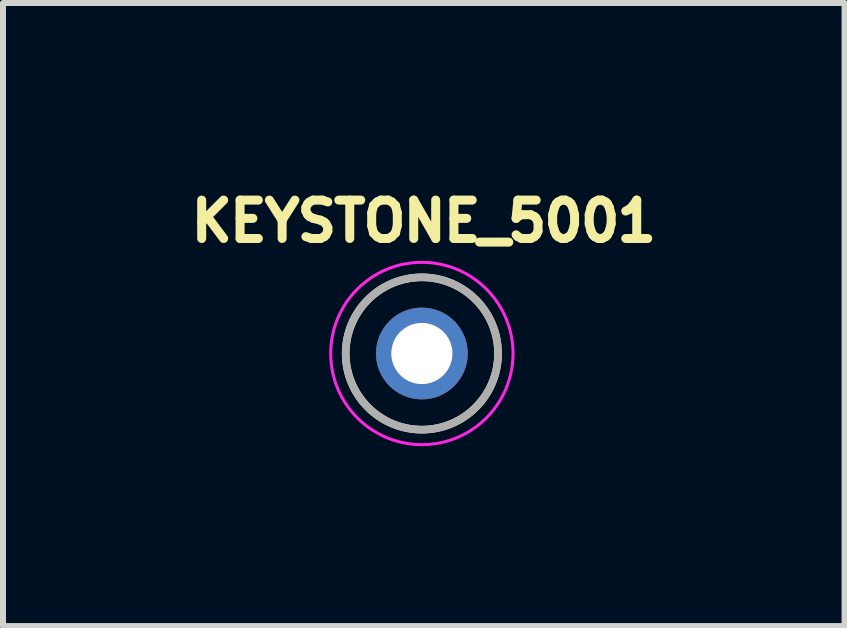
<source format=kicad_pcb>
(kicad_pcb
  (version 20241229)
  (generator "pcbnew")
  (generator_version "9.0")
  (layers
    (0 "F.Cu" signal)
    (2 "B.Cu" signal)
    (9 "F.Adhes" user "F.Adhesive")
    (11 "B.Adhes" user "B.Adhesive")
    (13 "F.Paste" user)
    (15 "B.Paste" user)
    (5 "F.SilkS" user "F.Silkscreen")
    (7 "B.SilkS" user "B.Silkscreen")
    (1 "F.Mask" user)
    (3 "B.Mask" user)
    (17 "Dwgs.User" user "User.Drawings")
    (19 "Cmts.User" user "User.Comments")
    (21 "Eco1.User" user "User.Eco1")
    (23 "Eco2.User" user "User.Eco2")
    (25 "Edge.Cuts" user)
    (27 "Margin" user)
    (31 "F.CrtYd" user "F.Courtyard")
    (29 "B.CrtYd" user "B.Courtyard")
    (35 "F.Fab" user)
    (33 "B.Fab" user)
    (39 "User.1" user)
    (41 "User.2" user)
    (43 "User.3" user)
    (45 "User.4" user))
  (footprint "KEYSTONE_5001"
    (layer "F.Cu")
    (at 3.984 2.844)
    (property "Reference" "KEYSTONE_5001" (at 0.032 -2.206 0) (layer "F.SilkS") (effects (font (size 0.64 0.64) (thickness 0.15))))
    (attr through_hole)
    (fp_circle (center 0 0) (end 1.27 0) (stroke (width 0.127) (type solid)) (fill no) (layer "F.SilkS"))
    (fp_circle (center 0 0) (end 1.52 0) (stroke (width 0.05) (type solid)) (fill no) (layer "F.CrtYd"))
    (fp_circle (center 0 0) (end 1.27 0) (stroke (width 0.127) (type solid)) (fill no) (layer "F.Fab"))
    (pad "1" thru_hole circle (at 0 0) (size 1.53 1.53) (drill 1.02) (layers "*.Cu" "*.Mask")))
  (gr_rect
    (start -3 -3)
    (end 11.032 7.389)
    (stroke (width 0.1) (type default))
    (fill no)
    (layer "Edge.Cuts")))
</source>
